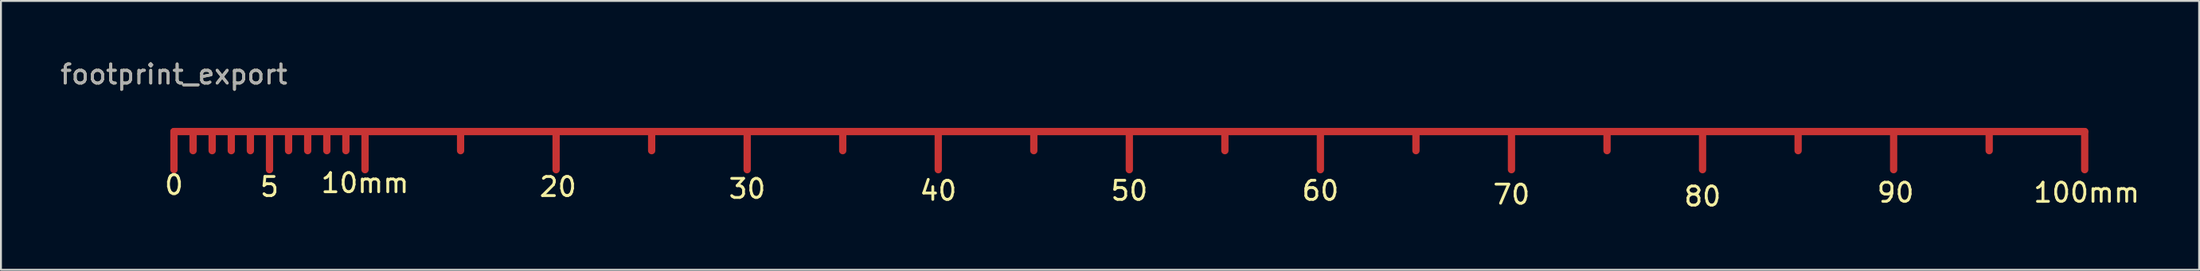
<source format=kicad_pcb>
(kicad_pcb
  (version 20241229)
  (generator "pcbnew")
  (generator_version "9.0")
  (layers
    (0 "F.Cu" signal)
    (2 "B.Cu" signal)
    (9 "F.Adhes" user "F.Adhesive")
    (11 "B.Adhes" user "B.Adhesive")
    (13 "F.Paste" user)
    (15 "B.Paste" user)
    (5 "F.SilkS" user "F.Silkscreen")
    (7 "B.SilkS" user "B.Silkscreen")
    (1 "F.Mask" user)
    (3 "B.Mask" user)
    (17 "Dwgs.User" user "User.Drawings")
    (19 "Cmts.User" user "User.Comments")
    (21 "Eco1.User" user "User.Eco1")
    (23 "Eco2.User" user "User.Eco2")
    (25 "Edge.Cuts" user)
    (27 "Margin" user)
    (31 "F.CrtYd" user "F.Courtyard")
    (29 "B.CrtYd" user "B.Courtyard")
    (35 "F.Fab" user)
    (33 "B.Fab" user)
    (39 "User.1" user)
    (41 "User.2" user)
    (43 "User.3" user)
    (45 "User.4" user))
  (footprint "footprint_export"
    (layer "F.Cu")
    (at 6.054 3.848)
    (property "Reference" "footprint_export" (at 0 -3 0) (layer "F.SilkS") (effects (font (size 1 1) (thickness 0.15))))
    (attr exclude_from_pos_files exclude_from_bom)
    (fp_line (start 0 0) (end 0 1.999) (stroke (width 0.381) (type solid)) (layer "F.Cu"))
    (fp_line (start 0 0) (end 10 0) (stroke (width 0.381) (type solid)) (layer "F.Cu"))
    (fp_line (start 1.001 0) (end 1.001 1.001) (stroke (width 0.381) (type solid)) (layer "F.Cu"))
    (fp_line (start 1.999 0) (end 1.999 1.001) (stroke (width 0.381) (type solid)) (layer "F.Cu"))
    (fp_line (start 3 0) (end 3 1.001) (stroke (width 0.381) (type solid)) (layer "F.Cu"))
    (fp_line (start 4 0) (end 4 1.001) (stroke (width 0.381) (type solid)) (layer "F.Cu"))
    (fp_line (start 5.001 0) (end 5.001 1.999) (stroke (width 0.381) (type solid)) (layer "F.Cu"))
    (fp_line (start 5.999 0) (end 5.999 1.001) (stroke (width 0.381) (type solid)) (layer "F.Cu"))
    (fp_line (start 7 0) (end 7 1.001) (stroke (width 0.381) (type solid)) (layer "F.Cu"))
    (fp_line (start 8.001 0) (end 8.001 1.001) (stroke (width 0.381) (type solid)) (layer "F.Cu"))
    (fp_line (start 8.999 0) (end 8.999 1.001) (stroke (width 0.381) (type solid)) (layer "F.Cu"))
    (fp_line (start 10 0) (end 10 1.999) (stroke (width 0.381) (type solid)) (layer "F.Cu"))
    (fp_line (start 10 0) (end 100 0) (stroke (width 0.381) (type solid)) (layer "F.Cu"))
    (fp_line (start 15.001 0) (end 15.001 1.001) (stroke (width 0.381) (type solid)) (layer "F.Cu"))
    (fp_line (start 20 0) (end 20 1.999) (stroke (width 0.381) (type solid)) (layer "F.Cu"))
    (fp_line (start 25.001 0) (end 25.001 1.001) (stroke (width 0.381) (type solid)) (layer "F.Cu"))
    (fp_line (start 30 0) (end 30 1.999) (stroke (width 0.381) (type solid)) (layer "F.Cu"))
    (fp_line (start 35.001 0) (end 35.001 1.001) (stroke (width 0.381) (type solid)) (layer "F.Cu"))
    (fp_line (start 40 0) (end 40 1.999) (stroke (width 0.381) (type solid)) (layer "F.Cu"))
    (fp_line (start 45.001 0) (end 45.001 1.001) (stroke (width 0.381) (type solid)) (layer "F.Cu"))
    (fp_line (start 50 0) (end 50 1.999) (stroke (width 0.381) (type solid)) (layer "F.Cu"))
    (fp_line (start 55.001 0) (end 55.001 1.001) (stroke (width 0.381) (type solid)) (layer "F.Cu"))
    (fp_line (start 60 0) (end 60 1.999) (stroke (width 0.381) (type solid)) (layer "F.Cu"))
    (fp_line (start 65.001 0) (end 65.001 1.001) (stroke (width 0.381) (type solid)) (layer "F.Cu"))
    (fp_line (start 70 0) (end 70 1.999) (stroke (width 0.381) (type solid)) (layer "F.Cu"))
    (fp_line (start 75.001 0) (end 75.001 1.001) (stroke (width 0.381) (type solid)) (layer "F.Cu"))
    (fp_line (start 80 0) (end 80 1.999) (stroke (width 0.381) (type solid)) (layer "F.Cu"))
    (fp_line (start 85.001 0) (end 85.001 1.001) (stroke (width 0.381) (type solid)) (layer "F.Cu"))
    (fp_line (start 90 0) (end 90 1.999) (stroke (width 0.381) (type solid)) (layer "F.Cu"))
    (fp_line (start 95.001 0) (end 95.001 1.001) (stroke (width 0.381) (type solid)) (layer "F.Cu"))
    (fp_line (start 100 0) (end 100 1.999) (stroke (width 0.381) (type solid)) (layer "F.Cu"))
    (fp_text user "80" (at 80 3.401 0) (layer "F.SilkS") (effects (font (size 1 1) (thickness 0.15))))
    (fp_text user "20" (at 20.099 2.901 0) (layer "F.SilkS") (effects (font (size 1 1) (thickness 0.15))))
    (fp_text user "0" (at 0 2.799 0) (layer "F.SilkS") (effects (font (size 1 1) (thickness 0.15))))
    (fp_text user "40" (at 40 3.101 0) (layer "F.SilkS") (effects (font (size 1 1) (thickness 0.15))))
    (fp_text user "50" (at 50 3.101 0) (layer "F.SilkS") (effects (font (size 1 1) (thickness 0.15))))
    (fp_text user "70" (at 70 3.302 0) (layer "F.SilkS") (effects (font (size 1 1) (thickness 0.15))))
    (fp_text user "10mm" (at 10 2.7 0) (layer "F.SilkS") (effects (font (size 1 1) (thickness 0.15))))
    (fp_text user "60" (at 60 3.101 0) (layer "F.SilkS") (effects (font (size 1 1) (thickness 0.15))))
    (fp_text user "100mm" (at 100.101 3.203 0) (layer "F.SilkS") (effects (font (size 1 1) (thickness 0.15))))
    (fp_text user "5" (at 4.999 2.901 0) (layer "F.SilkS") (effects (font (size 1 1) (thickness 0.15))))
    (fp_text user "90" (at 90.101 3.203 0) (layer "F.SilkS") (effects (font (size 1 1) (thickness 0.15))))
    (fp_text user "30" (at 30 3 0) (layer "F.SilkS") (effects (font (size 1 1) (thickness 0.15))))
    (fp_text user "${REFERENCE}" (at 0 -3 0) (layer "F.Fab") (effects (font (size 1 1) (thickness 0.15)))))
  (gr_rect
    (start -3 -3)
    (end 112.042 11.097)
    (stroke (width 0.1) (type default))
    (fill no)
    (layer "Edge.Cuts")))
</source>
